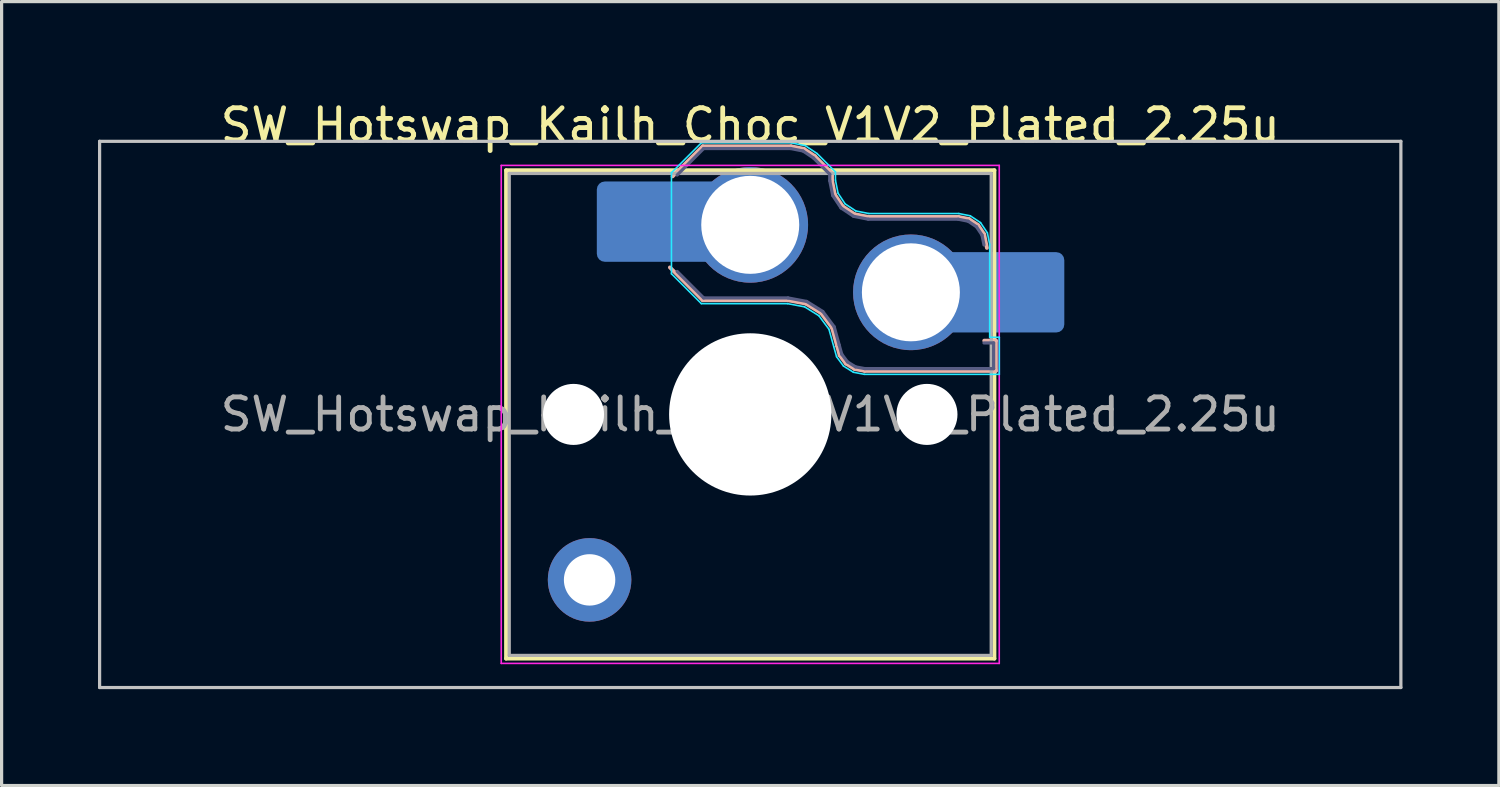
<source format=kicad_pcb>
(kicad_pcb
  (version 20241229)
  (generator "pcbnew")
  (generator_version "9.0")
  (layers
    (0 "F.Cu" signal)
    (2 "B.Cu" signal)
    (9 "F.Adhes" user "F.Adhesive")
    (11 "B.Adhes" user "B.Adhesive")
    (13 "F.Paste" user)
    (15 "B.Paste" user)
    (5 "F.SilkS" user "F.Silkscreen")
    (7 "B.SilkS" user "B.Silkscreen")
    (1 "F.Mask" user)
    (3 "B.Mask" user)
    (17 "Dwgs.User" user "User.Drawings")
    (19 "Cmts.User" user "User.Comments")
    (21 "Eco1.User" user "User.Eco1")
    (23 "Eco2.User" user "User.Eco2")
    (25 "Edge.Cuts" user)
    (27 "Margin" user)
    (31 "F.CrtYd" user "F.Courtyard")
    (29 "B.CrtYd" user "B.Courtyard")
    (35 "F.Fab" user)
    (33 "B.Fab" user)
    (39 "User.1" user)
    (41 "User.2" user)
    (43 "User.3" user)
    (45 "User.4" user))
  (footprint "SW_Hotswap_Kailh_Choc_V1V2_Plated_2.25u"
    (layer "F.Cu")
    (at 20.3 9.848)
    (property "Reference" "SW_Hotswap_Kailh_Choc_V1V2_Plated_2.25u" (at 0 -9 0) (layer "F.SilkS") (effects (font (size 1 1) (thickness 0.15))))
    (attr smd)
    (fp_line (start -7.6 -7.6) (end -7.6 7.6) (stroke (width 0.12) (type solid)) (layer "F.SilkS"))
    (fp_line (start -7.6 7.6) (end 7.6 7.6) (stroke (width 0.12) (type solid)) (layer "F.SilkS"))
    (fp_line (start 7.6 -7.6) (end -7.6 -7.6) (stroke (width 0.12) (type solid)) (layer "F.SilkS"))
    (fp_line (start 7.6 7.6) (end 7.6 -7.6) (stroke (width 0.12) (type solid)) (layer "F.SilkS"))
    (fp_line (start -2.416 -7.409) (end -1.479 -8.346) (stroke (width 0.12) (type solid)) (layer "B.SilkS"))
    (fp_line (start -1.479 -8.346) (end 1.268 -8.346) (stroke (width 0.12) (type solid)) (layer "B.SilkS"))
    (fp_line (start -1.479 -3.554) (end -2.5 -4.575) (stroke (width 0.12) (type solid)) (layer "B.SilkS"))
    (fp_line (start 1.168 -3.554) (end -1.479 -3.554) (stroke (width 0.12) (type solid)) (layer "B.SilkS"))
    (fp_line (start 1.268 -8.346) (end 1.671 -8.266) (stroke (width 0.12) (type solid)) (layer "B.SilkS"))
    (fp_line (start 1.671 -8.266) (end 2.013 -8.037) (stroke (width 0.12) (type solid)) (layer "B.SilkS"))
    (fp_line (start 1.73 -3.449) (end 1.168 -3.554) (stroke (width 0.12) (type solid)) (layer "B.SilkS"))
    (fp_line (start 2.013 -8.037) (end 2.546 -7.504) (stroke (width 0.12) (type solid)) (layer "B.SilkS"))
    (fp_line (start 2.209 -3.15) (end 1.73 -3.449) (stroke (width 0.12) (type solid)) (layer "B.SilkS"))
    (fp_line (start 2.546 -7.504) (end 2.546 -7.282) (stroke (width 0.12) (type solid)) (layer "B.SilkS"))
    (fp_line (start 2.546 -7.282) (end 2.633 -6.844) (stroke (width 0.12) (type solid)) (layer "B.SilkS"))
    (fp_line (start 2.547 -2.697) (end 2.209 -3.15) (stroke (width 0.12) (type solid)) (layer "B.SilkS"))
    (fp_line (start 2.633 -6.844) (end 2.877 -6.477) (stroke (width 0.12) (type solid)) (layer "B.SilkS"))
    (fp_line (start 2.701 -2.139) (end 2.547 -2.697) (stroke (width 0.12) (type solid)) (layer "B.SilkS"))
    (fp_line (start 2.783 -1.841) (end 2.701 -2.139) (stroke (width 0.12) (type solid)) (layer "B.SilkS"))
    (fp_line (start 2.877 -6.477) (end 3.244 -6.233) (stroke (width 0.12) (type solid)) (layer "B.SilkS"))
    (fp_line (start 2.976 -1.583) (end 2.783 -1.841) (stroke (width 0.12) (type solid)) (layer "B.SilkS"))
    (fp_line (start 3.244 -6.233) (end 3.682 -6.146) (stroke (width 0.12) (type solid)) (layer "B.SilkS"))
    (fp_line (start 3.25 -1.413) (end 2.976 -1.583) (stroke (width 0.12) (type solid)) (layer "B.SilkS"))
    (fp_line (start 3.56 -1.354) (end 3.25 -1.413) (stroke (width 0.12) (type solid)) (layer "B.SilkS"))
    (fp_line (start 3.682 -6.146) (end 6.482 -6.146) (stroke (width 0.12) (type solid)) (layer "B.SilkS"))
    (fp_line (start 6.482 -6.146) (end 6.809 -6.081) (stroke (width 0.12) (type solid)) (layer "B.SilkS"))
    (fp_line (start 6.809 -6.081) (end 7.092 -5.892) (stroke (width 0.12) (type solid)) (layer "B.SilkS"))
    (fp_line (start 7.092 -5.892) (end 7.281 -5.609) (stroke (width 0.12) (type solid)) (layer "B.SilkS"))
    (fp_line (start 7.281 -5.609) (end 7.366 -5.182) (stroke (width 0.12) (type solid)) (layer "B.SilkS"))
    (fp_line (start 7.283 -2.296) (end 7.646 -2.296) (stroke (width 0.12) (type solid)) (layer "B.SilkS"))
    (fp_line (start 7.646 -2.296) (end 7.646 -1.354) (stroke (width 0.12) (type solid)) (layer "B.SilkS"))
    (fp_line (start 7.646 -1.354) (end 3.56 -1.354) (stroke (width 0.12) (type solid)) (layer "B.SilkS"))
    (fp_line (start -20.25 -8.5) (end -20.25 8.5) (stroke (width 0.1) (type solid)) (layer "Dwgs.User"))
    (fp_line (start -20.25 8.5) (end 20.25 8.5) (stroke (width 0.1) (type solid)) (layer "Dwgs.User"))
    (fp_line (start 20.25 -8.5) (end -20.25 -8.5) (stroke (width 0.1) (type solid)) (layer "Dwgs.User"))
    (fp_line (start 20.25 8.5) (end 20.25 -8.5) (stroke (width 0.1) (type solid)) (layer "Dwgs.User"))
    (fp_line (start -7.25 -7.25) (end -7.25 7.25) (stroke (width 0.1) (type solid)) (layer "Eco1.User"))
    (fp_line (start -7.25 7.25) (end 7.25 7.25) (stroke (width 0.1) (type solid)) (layer "Eco1.User"))
    (fp_line (start 7.25 -7.25) (end -7.25 -7.25) (stroke (width 0.1) (type solid)) (layer "Eco1.User"))
    (fp_line (start 7.25 7.25) (end 7.25 -7.25) (stroke (width 0.1) (type solid)) (layer "Eco1.User"))
    (fp_line (start -2.452 -7.523) (end -1.523 -8.452) (stroke (width 0.05) (type solid)) (layer "B.CrtYd"))
    (fp_line (start -2.452 -4.377) (end -2.452 -7.523) (stroke (width 0.05) (type solid)) (layer "B.CrtYd"))
    (fp_line (start -1.523 -8.452) (end 1.278 -8.452) (stroke (width 0.05) (type solid)) (layer "B.CrtYd"))
    (fp_line (start -1.523 -3.448) (end -2.452 -4.377) (stroke (width 0.05) (type solid)) (layer "B.CrtYd"))
    (fp_line (start 1.159 -3.448) (end -1.523 -3.448) (stroke (width 0.05) (type solid)) (layer "B.CrtYd"))
    (fp_line (start 1.278 -8.452) (end 1.712 -8.366) (stroke (width 0.05) (type solid)) (layer "B.CrtYd"))
    (fp_line (start 1.691 -3.348) (end 1.159 -3.448) (stroke (width 0.05) (type solid)) (layer "B.CrtYd"))
    (fp_line (start 1.712 -8.366) (end 2.081 -8.119) (stroke (width 0.05) (type solid)) (layer "B.CrtYd"))
    (fp_line (start 2.081 -8.119) (end 2.652 -7.548) (stroke (width 0.05) (type solid)) (layer "B.CrtYd"))
    (fp_line (start 2.136 -3.071) (end 1.691 -3.348) (stroke (width 0.05) (type solid)) (layer "B.CrtYd"))
    (fp_line (start 2.45 -2.65) (end 2.136 -3.071) (stroke (width 0.05) (type solid)) (layer "B.CrtYd"))
    (fp_line (start 2.599 -2.111) (end 2.45 -2.65) (stroke (width 0.05) (type solid)) (layer "B.CrtYd"))
    (fp_line (start 2.652 -7.548) (end 2.652 -7.292) (stroke (width 0.05) (type solid)) (layer "B.CrtYd"))
    (fp_line (start 2.652 -7.292) (end 2.733 -6.885) (stroke (width 0.05) (type solid)) (layer "B.CrtYd"))
    (fp_line (start 2.687 -1.794) (end 2.599 -2.111) (stroke (width 0.05) (type solid)) (layer "B.CrtYd"))
    (fp_line (start 2.733 -6.885) (end 2.953 -6.553) (stroke (width 0.05) (type solid)) (layer "B.CrtYd"))
    (fp_line (start 2.903 -1.503) (end 2.687 -1.794) (stroke (width 0.05) (type solid)) (layer "B.CrtYd"))
    (fp_line (start 2.953 -6.553) (end 3.285 -6.333) (stroke (width 0.05) (type solid)) (layer "B.CrtYd"))
    (fp_line (start 3.211 -1.312) (end 2.903 -1.503) (stroke (width 0.05) (type solid)) (layer "B.CrtYd"))
    (fp_line (start 3.285 -6.333) (end 3.692 -6.252) (stroke (width 0.05) (type solid)) (layer "B.CrtYd"))
    (fp_line (start 3.55 -1.248) (end 3.211 -1.312) (stroke (width 0.05) (type solid)) (layer "B.CrtYd"))
    (fp_line (start 3.692 -6.252) (end 6.492 -6.252) (stroke (width 0.05) (type solid)) (layer "B.CrtYd"))
    (fp_line (start 6.492 -6.252) (end 6.85 -6.181) (stroke (width 0.05) (type solid)) (layer "B.CrtYd"))
    (fp_line (start 6.85 -6.181) (end 7.168 -5.968) (stroke (width 0.05) (type solid)) (layer "B.CrtYd"))
    (fp_line (start 7.168 -5.968) (end 7.381 -5.65) (stroke (width 0.05) (type solid)) (layer "B.CrtYd"))
    (fp_line (start 7.381 -5.65) (end 7.452 -5.292) (stroke (width 0.05) (type solid)) (layer "B.CrtYd"))
    (fp_line (start 7.452 -5.292) (end 7.452 -2.402) (stroke (width 0.05) (type solid)) (layer "B.CrtYd"))
    (fp_line (start 7.452 -2.402) (end 7.752 -2.402) (stroke (width 0.05) (type solid)) (layer "B.CrtYd"))
    (fp_line (start 7.752 -2.402) (end 7.752 -1.248) (stroke (width 0.05) (type solid)) (layer "B.CrtYd"))
    (fp_line (start 7.752 -1.248) (end 3.55 -1.248) (stroke (width 0.05) (type solid)) (layer "B.CrtYd"))
    (fp_line (start -7.75 -7.75) (end -7.75 7.75) (stroke (width 0.05) (type solid)) (layer "F.CrtYd"))
    (fp_line (start -7.75 7.75) (end 7.75 7.75) (stroke (width 0.05) (type solid)) (layer "F.CrtYd"))
    (fp_line (start 7.75 -7.75) (end -7.75 -7.75) (stroke (width 0.05) (type solid)) (layer "F.CrtYd"))
    (fp_line (start 7.75 7.75) (end 7.75 -7.75) (stroke (width 0.05) (type solid)) (layer "F.CrtYd"))
    (fp_line (start -2.275 -7.45) (end -1.45 -8.275) (stroke (width 0.1) (type solid)) (layer "B.Fab"))
    (fp_line (start -1.45 -8.275) (end 1.261 -8.275) (stroke (width 0.1) (type solid)) (layer "B.Fab"))
    (fp_line (start -1.45 -3.625) (end -2.275 -4.45) (stroke (width 0.1) (type solid)) (layer "B.Fab"))
    (fp_line (start 1.175 -3.625) (end -1.45 -3.625) (stroke (width 0.1) (type solid)) (layer "B.Fab"))
    (fp_line (start 1.261 -8.275) (end 1.643 -8.199) (stroke (width 0.1) (type solid)) (layer "B.Fab"))
    (fp_line (start 1.643 -8.199) (end 1.968 -7.982) (stroke (width 0.1) (type solid)) (layer "B.Fab"))
    (fp_line (start 1.756 -3.516) (end 1.175 -3.625) (stroke (width 0.1) (type solid)) (layer "B.Fab"))
    (fp_line (start 1.968 -7.982) (end 2.475 -7.475) (stroke (width 0.1) (type solid)) (layer "B.Fab"))
    (fp_line (start 2.258 -3.203) (end 1.756 -3.516) (stroke (width 0.1) (type solid)) (layer "B.Fab"))
    (fp_line (start 2.475 -7.475) (end 2.475 -7.275) (stroke (width 0.1) (type solid)) (layer "B.Fab"))
    (fp_line (start 2.475 -7.275) (end 2.566 -6.816) (stroke (width 0.1) (type solid)) (layer "B.Fab"))
    (fp_line (start 2.566 -6.816) (end 2.826 -6.426) (stroke (width 0.1) (type solid)) (layer "B.Fab"))
    (fp_line (start 2.612 -2.729) (end 2.258 -3.203) (stroke (width 0.1) (type solid)) (layer "B.Fab"))
    (fp_line (start 2.769 -2.158) (end 2.612 -2.729) (stroke (width 0.1) (type solid)) (layer "B.Fab"))
    (fp_line (start 2.826 -6.426) (end 3.216 -6.166) (stroke (width 0.1) (type solid)) (layer "B.Fab"))
    (fp_line (start 2.848 -1.873) (end 2.769 -2.158) (stroke (width 0.1) (type solid)) (layer "B.Fab"))
    (fp_line (start 3.025 -1.636) (end 2.848 -1.873) (stroke (width 0.1) (type solid)) (layer "B.Fab"))
    (fp_line (start 3.216 -6.166) (end 3.675 -6.075) (stroke (width 0.1) (type solid)) (layer "B.Fab"))
    (fp_line (start 3.276 -1.48) (end 3.025 -1.636) (stroke (width 0.1) (type solid)) (layer "B.Fab"))
    (fp_line (start 3.567 -1.425) (end 3.276 -1.48) (stroke (width 0.1) (type solid)) (layer "B.Fab"))
    (fp_line (start 3.675 -6.075) (end 6.475 -6.075) (stroke (width 0.1) (type solid)) (layer "B.Fab"))
    (fp_line (start 6.475 -6.075) (end 6.781 -6.014) (stroke (width 0.1) (type solid)) (layer "B.Fab"))
    (fp_line (start 6.781 -6.014) (end 7.041 -5.841) (stroke (width 0.1) (type solid)) (layer "B.Fab"))
    (fp_line (start 7.041 -5.841) (end 7.214 -5.581) (stroke (width 0.1) (type solid)) (layer "B.Fab"))
    (fp_line (start 7.214 -5.581) (end 7.275 -5.275) (stroke (width 0.1) (type solid)) (layer "B.Fab"))
    (fp_line (start 7.275 -2.225) (end 7.575 -2.225) (stroke (width 0.1) (type solid)) (layer "B.Fab"))
    (fp_line (start 7.575 -2.225) (end 7.575 -1.425) (stroke (width 0.1) (type solid)) (layer "B.Fab"))
    (fp_line (start 7.575 -1.425) (end 3.567 -1.425) (stroke (width 0.1) (type solid)) (layer "B.Fab"))
    (fp_line (start -7.5 -7.5) (end -7.5 7.5) (stroke (width 0.1) (type solid)) (layer "F.Fab"))
    (fp_line (start -7.5 7.5) (end 7.5 7.5) (stroke (width 0.1) (type solid)) (layer "F.Fab"))
    (fp_line (start 7.5 -7.5) (end -7.5 -7.5) (stroke (width 0.1) (type solid)) (layer "F.Fab"))
    (fp_line (start 7.5 7.5) (end 7.5 -7.5) (stroke (width 0.1) (type solid)) (layer "F.Fab"))
    (fp_text user "${REFERENCE}" (at 0 0 0) (layer "F.Fab") (effects (font (size 1 1) (thickness 0.15))))
    (pad "" np_thru_hole circle (at -5.5 0) (size 1.9 1.9) (drill 1.9) (layers "*.Cu" "*.Mask"))
    (pad "" thru_hole circle (at -5 5.15) (size 2.6 2.6) (drill 1.6) (layers "*.Cu" "*.Mask"))
    (pad "" smd roundrect (at -3.5 -6) (size 2.55 2.5) (layers "B.Mask" "B.Paste") (roundrect_rratio 0.1))
    (pad "" np_thru_hole circle (at 0 0) (size 5.05 5.05) (drill 5.05) (layers "*.Cu" "*.Mask"))
    (pad "" np_thru_hole circle (at 5.5 0) (size 1.9 1.9) (drill 1.9) (layers "*.Cu" "*.Mask"))
    (pad "" smd roundrect (at 8.5 -3.8) (size 2.55 2.5) (layers "B.Mask" "B.Paste") (roundrect_rratio 0.1))
    (pad "1" smd roundrect (at -2.85 -6) (size 3.85 2.5) (layers "B.Cu") (roundrect_rratio 0.1))
    (pad "1" thru_hole circle (at 0 -5.9) (size 3.6 3.6) (drill 3.05) (layers "*.Cu" "*.Mask"))
    (pad "2" thru_hole circle (at 5 -3.8) (size 3.6 3.6) (drill 3.05) (layers "*.Cu" "*.Mask"))
    (pad "2" smd roundrect (at 7.85 -3.8) (size 3.85 2.5) (layers "B.Cu") (roundrect_rratio 0.1)))
  (gr_rect
    (start -3 -3)
    (end 43.6 21.398)
    (stroke (width 0.1) (type default))
    (fill no)
    (layer "Edge.Cuts")))
</source>
